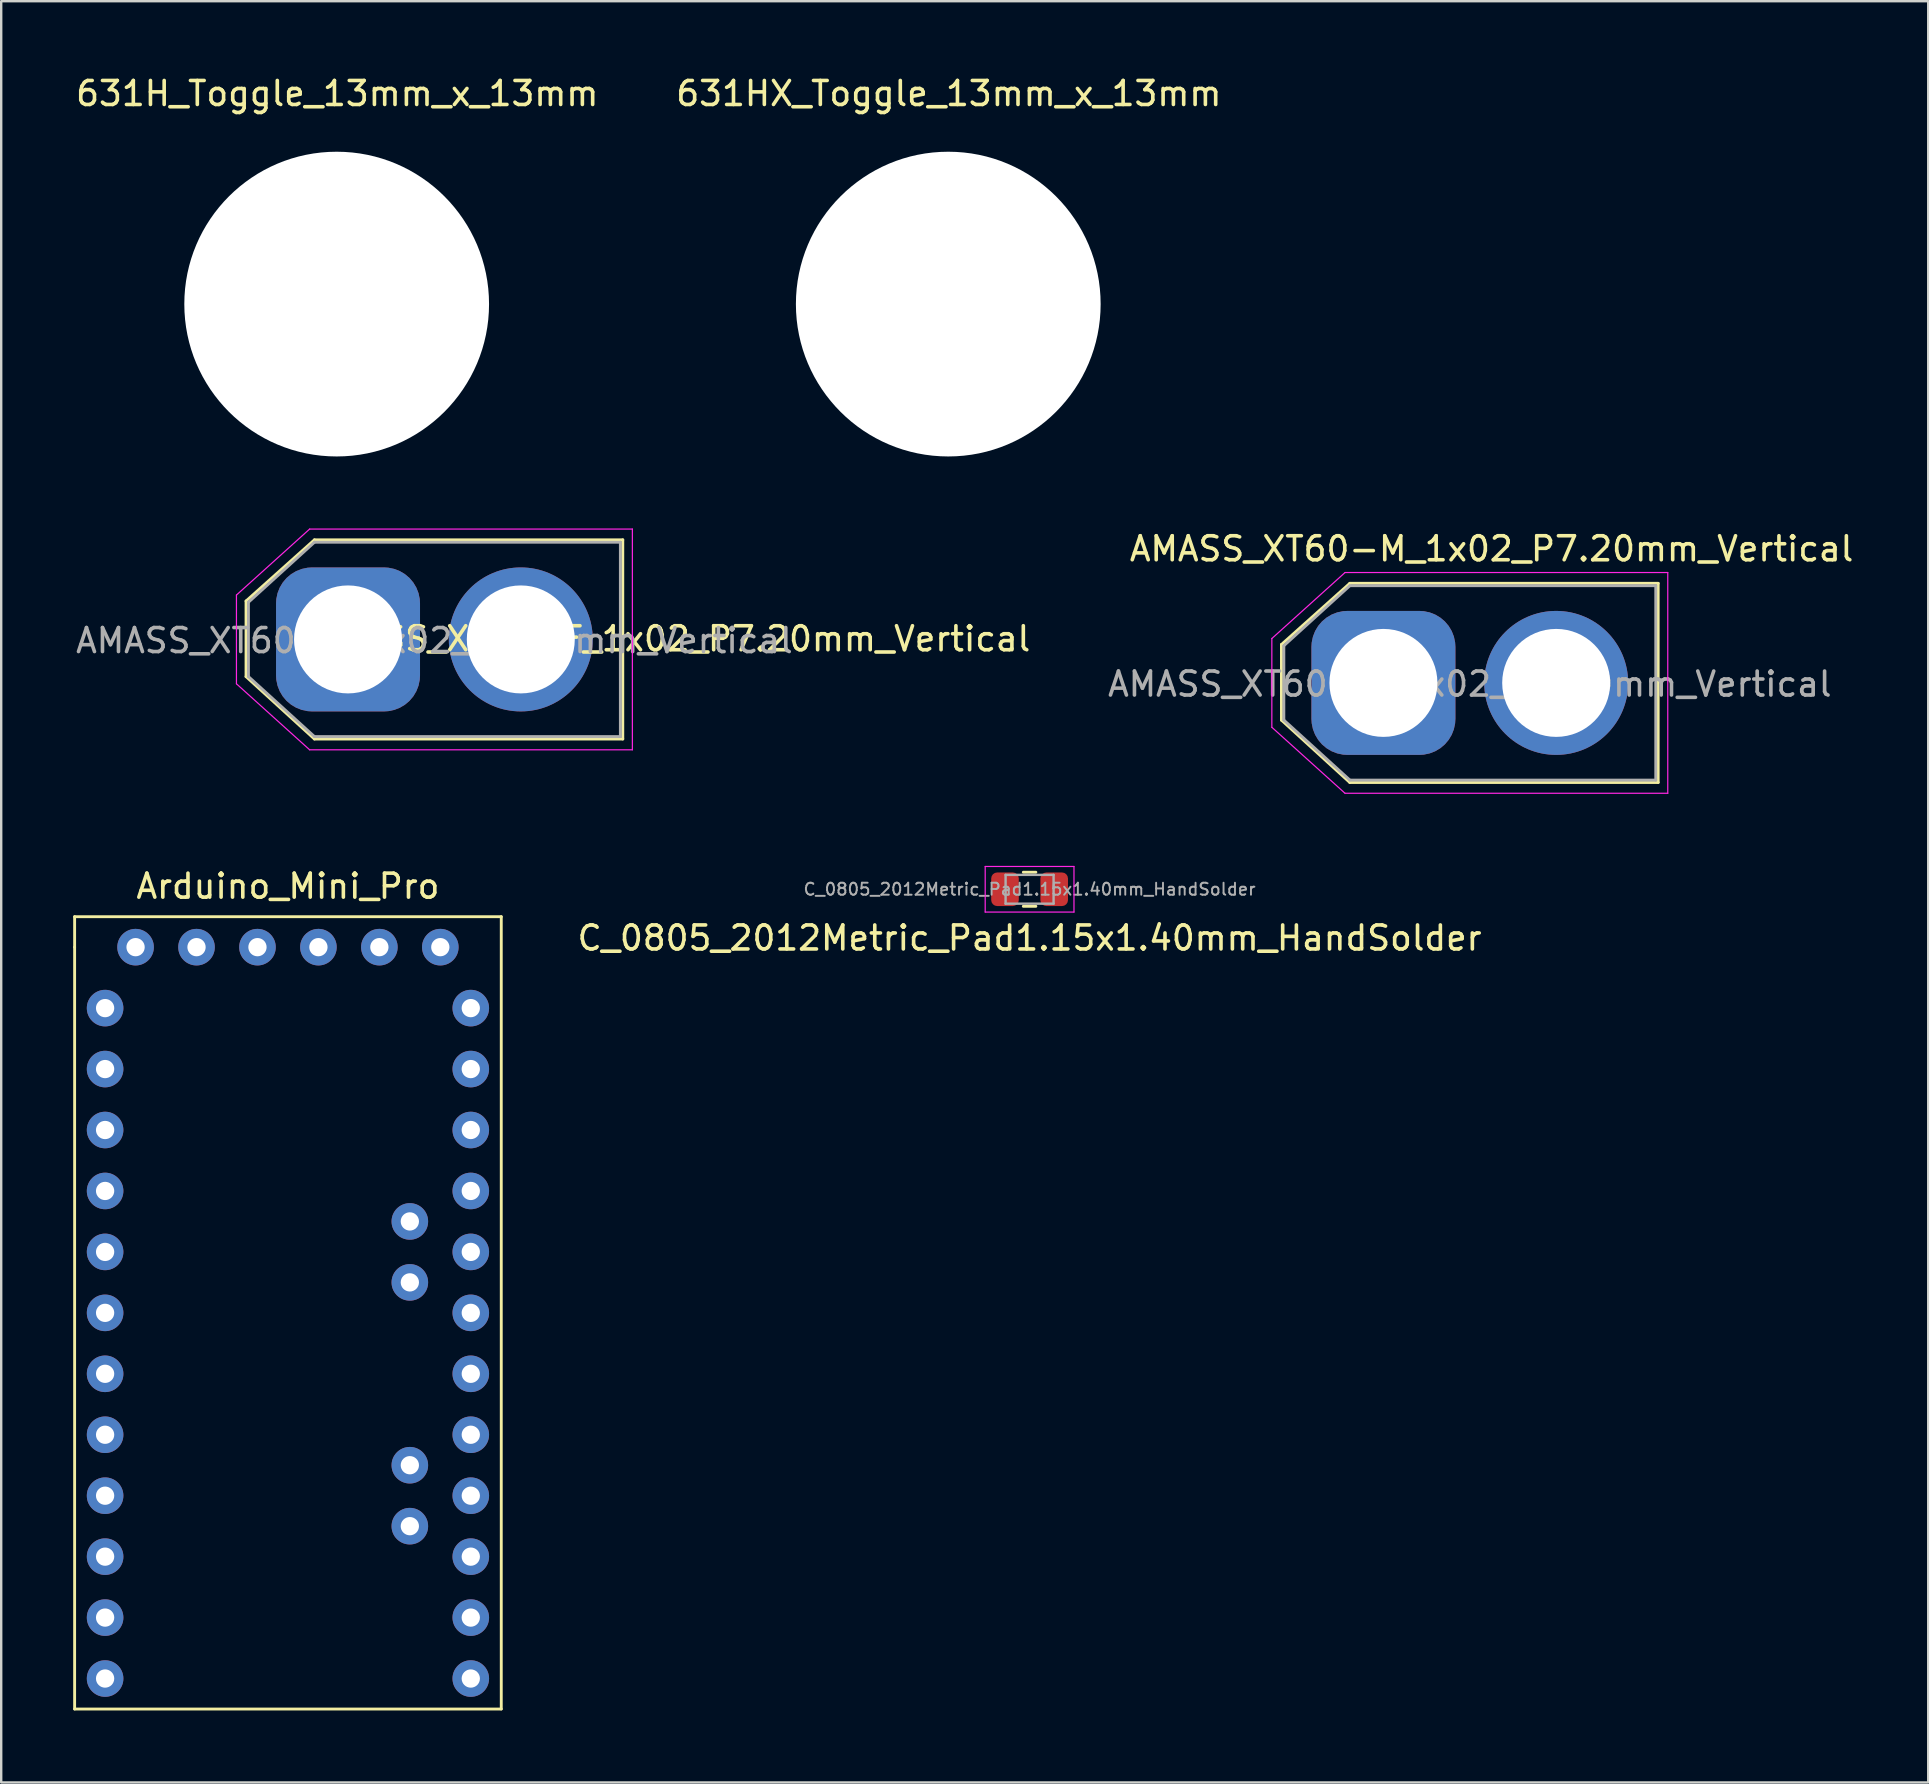
<source format=kicad_pcb>
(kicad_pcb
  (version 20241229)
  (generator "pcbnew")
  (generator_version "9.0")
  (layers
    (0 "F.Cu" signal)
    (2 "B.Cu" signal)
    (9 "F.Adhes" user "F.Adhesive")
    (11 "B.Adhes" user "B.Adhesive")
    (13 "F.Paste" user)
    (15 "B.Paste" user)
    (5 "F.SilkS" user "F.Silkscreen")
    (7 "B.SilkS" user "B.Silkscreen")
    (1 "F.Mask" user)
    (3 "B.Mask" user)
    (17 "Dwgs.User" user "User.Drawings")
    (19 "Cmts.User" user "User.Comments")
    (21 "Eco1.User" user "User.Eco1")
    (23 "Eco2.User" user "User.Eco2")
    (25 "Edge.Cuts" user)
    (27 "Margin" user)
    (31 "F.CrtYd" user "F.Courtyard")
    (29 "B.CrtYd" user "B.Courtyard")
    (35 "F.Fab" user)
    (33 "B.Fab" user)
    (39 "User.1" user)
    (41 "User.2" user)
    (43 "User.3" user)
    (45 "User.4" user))
  (footprint "631H_Toggle_13mm_x_13mm"
    (layer "F.Cu")
    (at 10.981 9.623)
    (property "Reference" "631H_Toggle_13mm_x_13mm" (at 0.025 -8.775 0) (layer "F.SilkS") (effects (font (size 1 1) (thickness 0.15))))
    (attr through_hole board_only exclude_from_pos_files exclude_from_bom)
    (pad "" np_thru_hole circle (at 0 0) (size 12.7 12.7) (drill 12.7) (layers "*.Cu" "*.Mask")))
  (footprint "631HX_Toggle_13mm_x_13mm"
    (layer "F.Cu")
    (at 36.469 9.623)
    (property "Reference" "631HX_Toggle_13mm_x_13mm" (at 0.025 -8.775 0) (layer "F.SilkS") (effects (font (size 1 1) (thickness 0.15))))
    (attr through_hole board_only exclude_from_pos_files exclude_from_bom)
    (pad "" np_thru_hole circle (at 0 0) (size 12.7 12.7) (drill 12.7) (layers "*.Cu" "*.Mask")))
  (footprint "AMASS_XT60-F_1x02_P7.20mm_Vertical"
    (layer "F.Cu")
    (at 11.454 23.598)
    (property "Reference" "AMASS_XT60-F_1x02_P7.20mm_Vertical" (at 13.5 -0.026 180) (layer "F.SilkS") (effects (font (size 1 1) (thickness 0.15))))
    (attr through_hole)
    (fp_line (start -4.25 -1.6) (end -4.25 1.55) (stroke (width 0.12) (type solid)) (layer "F.SilkS"))
    (fp_line (start -4.25 1.55) (end -1.4 4.15) (stroke (width 0.12) (type solid)) (layer "F.SilkS"))
    (fp_line (start -1.4 -4.15) (end -4.25 -1.6) (stroke (width 0.12) (type solid)) (layer "F.SilkS"))
    (fp_line (start -1.4 4.15) (end 11.45 4.15) (stroke (width 0.12) (type solid)) (layer "F.SilkS"))
    (fp_line (start 11.45 -4.15) (end -1.4 -4.15) (stroke (width 0.12) (type solid)) (layer "F.SilkS"))
    (fp_line (start 11.45 4.15) (end 11.45 -4.15) (stroke (width 0.12) (type solid)) (layer "F.SilkS"))
    (fp_line (start -4.65 -1.85) (end -1.6 -4.6) (stroke (width 0.05) (type solid)) (layer "F.CrtYd"))
    (fp_line (start -4.65 1.85) (end -4.65 -1.85) (stroke (width 0.05) (type solid)) (layer "F.CrtYd"))
    (fp_line (start -1.6 -4.6) (end 11.85 -4.6) (stroke (width 0.05) (type solid)) (layer "F.CrtYd"))
    (fp_line (start -1.6 4.6) (end -4.65 1.85) (stroke (width 0.05) (type solid)) (layer "F.CrtYd"))
    (fp_line (start 11.85 -4.6) (end 11.85 4.6) (stroke (width 0.05) (type solid)) (layer "F.CrtYd"))
    (fp_line (start 11.85 4.6) (end -1.6 4.6) (stroke (width 0.05) (type solid)) (layer "F.CrtYd"))
    (fp_line (start -4.15 -1.55) (end -4.15 1.55) (stroke (width 0.12) (type solid)) (layer "F.Fab"))
    (fp_line (start -4.15 1.55) (end -1.4 4.05) (stroke (width 0.12) (type solid)) (layer "F.Fab"))
    (fp_line (start -1.4 -4.05) (end -4.15 -1.55) (stroke (width 0.12) (type solid)) (layer "F.Fab"))
    (fp_line (start -1.4 4.05) (end 11.35 4.05) (stroke (width 0.12) (type solid)) (layer "F.Fab"))
    (fp_line (start 11.35 -4.05) (end -1.4 -4.05) (stroke (width 0.12) (type solid)) (layer "F.Fab"))
    (fp_line (start 11.35 4.05) (end 11.35 -4.05) (stroke (width 0.12) (type solid)) (layer "F.Fab"))
    (fp_text user "${REFERENCE}" (at 3.6 0.05 0) (layer "F.Fab") (effects (font (size 1 1) (thickness 0.15))))
    (pad "1" thru_hole roundrect (at 0 0) (size 6 6) (drill 4.5) (layers "*.Cu" "*.Mask") (roundrect_rratio 0.25))
    (pad "2" thru_hole circle (at 7.2 0) (size 6 6) (drill 4.5) (layers "*.Cu" "*.Mask")))
  (footprint "AMASS_XT60-M_1x02_P7.20mm_Vertical"
    (layer "F.Cu")
    (at 54.604 25.41)
    (property "Reference" "AMASS_XT60-M_1x02_P7.20mm_Vertical" (at 4.508 -5.588 180) (layer "F.SilkS") (effects (font (size 1 1) (thickness 0.15))))
    (attr through_hole)
    (fp_line (start -4.25 -1.6) (end -4.25 1.55) (stroke (width 0.12) (type solid)) (layer "F.SilkS"))
    (fp_line (start -4.25 1.55) (end -1.4 4.15) (stroke (width 0.12) (type solid)) (layer "F.SilkS"))
    (fp_line (start -1.4 -4.15) (end -4.25 -1.6) (stroke (width 0.12) (type solid)) (layer "F.SilkS"))
    (fp_line (start -1.4 4.15) (end 11.45 4.15) (stroke (width 0.12) (type solid)) (layer "F.SilkS"))
    (fp_line (start 11.45 -4.15) (end -1.4 -4.15) (stroke (width 0.12) (type solid)) (layer "F.SilkS"))
    (fp_line (start 11.45 4.15) (end 11.45 -4.15) (stroke (width 0.12) (type solid)) (layer "F.SilkS"))
    (fp_line (start -4.65 -1.85) (end -1.6 -4.6) (stroke (width 0.05) (type solid)) (layer "F.CrtYd"))
    (fp_line (start -4.65 1.85) (end -4.65 -1.85) (stroke (width 0.05) (type solid)) (layer "F.CrtYd"))
    (fp_line (start -1.6 -4.6) (end 11.85 -4.6) (stroke (width 0.05) (type solid)) (layer "F.CrtYd"))
    (fp_line (start -1.6 4.6) (end -4.65 1.85) (stroke (width 0.05) (type solid)) (layer "F.CrtYd"))
    (fp_line (start 11.85 -4.6) (end 11.85 4.6) (stroke (width 0.05) (type solid)) (layer "F.CrtYd"))
    (fp_line (start 11.85 4.6) (end -1.6 4.6) (stroke (width 0.05) (type solid)) (layer "F.CrtYd"))
    (fp_line (start -4.15 -1.55) (end -4.15 1.55) (stroke (width 0.12) (type solid)) (layer "F.Fab"))
    (fp_line (start -4.15 1.55) (end -1.4 4.05) (stroke (width 0.12) (type solid)) (layer "F.Fab"))
    (fp_line (start -1.4 -4.05) (end -4.15 -1.55) (stroke (width 0.12) (type solid)) (layer "F.Fab"))
    (fp_line (start -1.4 4.05) (end 11.35 4.05) (stroke (width 0.12) (type solid)) (layer "F.Fab"))
    (fp_line (start 11.35 -4.05) (end -1.4 -4.05) (stroke (width 0.12) (type solid)) (layer "F.Fab"))
    (fp_line (start 11.35 4.05) (end 11.35 -4.05) (stroke (width 0.12) (type solid)) (layer "F.Fab"))
    (fp_text user "${REFERENCE}" (at 3.6 0.05 0) (layer "F.Fab") (effects (font (size 1 1) (thickness 0.15))))
    (pad "1" thru_hole roundrect (at 0 0) (size 6 6) (drill 4.5) (layers "*.Cu" "*.Mask") (roundrect_rratio 0.25))
    (pad "2" thru_hole circle (at 7.2 0) (size 6 6) (drill 4.5) (layers "*.Cu" "*.Mask")))
  (footprint "Arduino_Mini_Pro"
    (layer "F.Cu")
    (at 8.95 45.313)
    (property "Reference" "Arduino_Mini_Pro" (at 0 -11.43 0) (layer "F.SilkS") (effects (font (size 1 1) (thickness 0.15))))
    (attr through_hole)
    (fp_line (start -8.89 -10.16) (end 8.89 -10.16) (stroke (width 0.12) (type solid)) (layer "F.SilkS"))
    (fp_line (start -8.89 -8.89) (end -8.89 -10.16) (stroke (width 0.12) (type solid)) (layer "F.SilkS"))
    (fp_line (start -8.89 22.86) (end -8.89 -8.89) (stroke (width 0.12) (type solid)) (layer "F.SilkS"))
    (fp_line (start 8.89 -10.16) (end 8.89 22.86) (stroke (width 0.12) (type solid)) (layer "F.SilkS"))
    (fp_line (start 8.89 22.86) (end -8.89 22.86) (stroke (width 0.12) (type solid)) (layer "F.SilkS"))
    (pad "1" thru_hole circle (at -7.62 -6.35) (size 1.524 1.524) (drill 0.762) (layers "*.Cu" "*.Mask"))
    (pad "2" thru_hole circle (at -7.62 -3.81) (size 1.524 1.524) (drill 0.762) (layers "*.Cu" "*.Mask"))
    (pad "3" thru_hole circle (at -7.62 -1.27) (size 1.524 1.524) (drill 0.762) (layers "*.Cu" "*.Mask"))
    (pad "4" thru_hole circle (at -7.62 1.27) (size 1.524 1.524) (drill 0.762) (layers "*.Cu" "*.Mask"))
    (pad "5" thru_hole circle (at -7.62 3.81) (size 1.524 1.524) (drill 0.762) (layers "*.Cu" "*.Mask"))
    (pad "6" thru_hole circle (at -7.62 6.35) (size 1.524 1.524) (drill 0.762) (layers "*.Cu" "*.Mask"))
    (pad "7" thru_hole circle (at -7.62 8.89) (size 1.524 1.524) (drill 0.762) (layers "*.Cu" "*.Mask"))
    (pad "8" thru_hole circle (at -7.62 11.43) (size 1.524 1.524) (drill 0.762) (layers "*.Cu" "*.Mask"))
    (pad "9" thru_hole circle (at -7.62 13.97) (size 1.524 1.524) (drill 0.762) (layers "*.Cu" "*.Mask"))
    (pad "10" thru_hole circle (at -7.62 16.51) (size 1.524 1.524) (drill 0.762) (layers "*.Cu" "*.Mask"))
    (pad "11" thru_hole circle (at -7.62 19.05) (size 1.524 1.524) (drill 0.762) (layers "*.Cu" "*.Mask"))
    (pad "12" thru_hole circle (at -7.62 21.59) (size 1.524 1.524) (drill 0.762) (layers "*.Cu" "*.Mask"))
    (pad "13" thru_hole circle (at 7.62 21.59) (size 1.524 1.524) (drill 0.762) (layers "*.Cu" "*.Mask"))
    (pad "14" thru_hole circle (at 7.62 19.05) (size 1.524 1.524) (drill 0.762) (layers "*.Cu" "*.Mask"))
    (pad "15" thru_hole circle (at 7.62 16.51) (size 1.524 1.524) (drill 0.762) (layers "*.Cu" "*.Mask"))
    (pad "16" thru_hole circle (at 7.62 13.97) (size 1.524 1.524) (drill 0.762) (layers "*.Cu" "*.Mask"))
    (pad "17" thru_hole circle (at 7.62 11.43) (size 1.524 1.524) (drill 0.762) (layers "*.Cu" "*.Mask"))
    (pad "18" thru_hole circle (at 7.62 8.89) (size 1.524 1.524) (drill 0.762) (layers "*.Cu" "*.Mask"))
    (pad "19" thru_hole circle (at 7.62 6.35) (size 1.524 1.524) (drill 0.762) (layers "*.Cu" "*.Mask"))
    (pad "20" thru_hole circle (at 7.62 3.81) (size 1.524 1.524) (drill 0.762) (layers "*.Cu" "*.Mask"))
    (pad "21" thru_hole circle (at 7.62 1.27) (size 1.524 1.524) (drill 0.762) (layers "*.Cu" "*.Mask"))
    (pad "22" thru_hole circle (at 7.62 -1.27) (size 1.524 1.524) (drill 0.762) (layers "*.Cu" "*.Mask"))
    (pad "23" thru_hole circle (at 7.62 -3.81) (size 1.524 1.524) (drill 0.762) (layers "*.Cu" "*.Mask"))
    (pad "24" thru_hole circle (at 7.62 -6.35) (size 1.524 1.524) (drill 0.762) (layers "*.Cu" "*.Mask"))
    (pad "25" thru_hole circle (at 6.35 -8.89) (size 1.524 1.524) (drill 0.762) (layers "*.Cu" "*.Mask"))
    (pad "26" thru_hole circle (at 3.81 -8.89) (size 1.524 1.524) (drill 0.762) (layers "*.Cu" "*.Mask"))
    (pad "27" thru_hole circle (at 1.27 -8.89) (size 1.524 1.524) (drill 0.762) (layers "*.Cu" "*.Mask"))
    (pad "28" thru_hole circle (at -1.27 -8.89) (size 1.524 1.524) (drill 0.762) (layers "*.Cu" "*.Mask"))
    (pad "29" thru_hole circle (at -3.81 -8.89) (size 1.524 1.524) (drill 0.762) (layers "*.Cu" "*.Mask"))
    (pad "30" thru_hole circle (at -6.35 -8.89) (size 1.524 1.524) (drill 0.762) (layers "*.Cu" "*.Mask"))
    (pad "31" thru_hole circle (at 5.08 15.24) (size 1.524 1.524) (drill 0.762) (layers "*.Cu" "*.Mask"))
    (pad "32" thru_hole circle (at 5.08 12.7) (size 1.524 1.524) (drill 0.762) (layers "*.Cu" "*.Mask"))
    (pad "33" thru_hole circle (at 5.08 5.08) (size 1.524 1.524) (drill 0.762) (layers "*.Cu" "*.Mask"))
    (pad "34" thru_hole circle (at 5.08 2.54) (size 1.524 1.524) (drill 0.762) (layers "*.Cu" "*.Mask")))
  (footprint "C_0805_2012Metric_Pad1.15x1.40mm_HandSolder"
    (layer "F.Cu")
    (at 39.858 34.01)
    (property "Reference" "C_0805_2012Metric_Pad1.15x1.40mm_HandSolder" (at 0 2.032 0) (layer "F.SilkS") (effects (font (size 1 1) (thickness 0.15))))
    (attr smd)
    (fp_line (start -0.261 -0.71) (end 0.261 -0.71) (stroke (width 0.12) (type solid)) (layer "F.SilkS"))
    (fp_line (start -0.261 0.71) (end 0.261 0.71) (stroke (width 0.12) (type solid)) (layer "F.SilkS"))
    (fp_line (start -1.85 -0.95) (end 1.85 -0.95) (stroke (width 0.05) (type solid)) (layer "F.CrtYd"))
    (fp_line (start -1.85 0.95) (end -1.85 -0.95) (stroke (width 0.05) (type solid)) (layer "F.CrtYd"))
    (fp_line (start 1.85 -0.95) (end 1.85 0.95) (stroke (width 0.05) (type solid)) (layer "F.CrtYd"))
    (fp_line (start 1.85 0.95) (end -1.85 0.95) (stroke (width 0.05) (type solid)) (layer "F.CrtYd"))
    (fp_line (start -1 -0.6) (end 1 -0.6) (stroke (width 0.1) (type solid)) (layer "F.Fab"))
    (fp_line (start -1 0.6) (end -1 -0.6) (stroke (width 0.1) (type solid)) (layer "F.Fab"))
    (fp_line (start 1 -0.6) (end 1 0.6) (stroke (width 0.1) (type solid)) (layer "F.Fab"))
    (fp_line (start 1 0.6) (end -1 0.6) (stroke (width 0.1) (type solid)) (layer "F.Fab"))
    (fp_text user "${REFERENCE}" (at 0 0 0) (layer "F.Fab") (effects (font (size 0.5 0.5) (thickness 0.08))))
    (pad "1" smd roundrect (at -1.025 0) (size 1.15 1.4) (layers "F.Cu" "F.Mask" "F.Paste") (roundrect_rratio 0.217))
    (pad "2" smd roundrect (at 1.025 0) (size 1.15 1.4) (layers "F.Cu" "F.Mask" "F.Paste") (roundrect_rratio 0.217)))
  (gr_rect
    (start -3 -3)
    (end 77.308 71.233)
    (stroke (width 0.1) (type default))
    (fill no)
    (layer "Edge.Cuts")))
</source>
